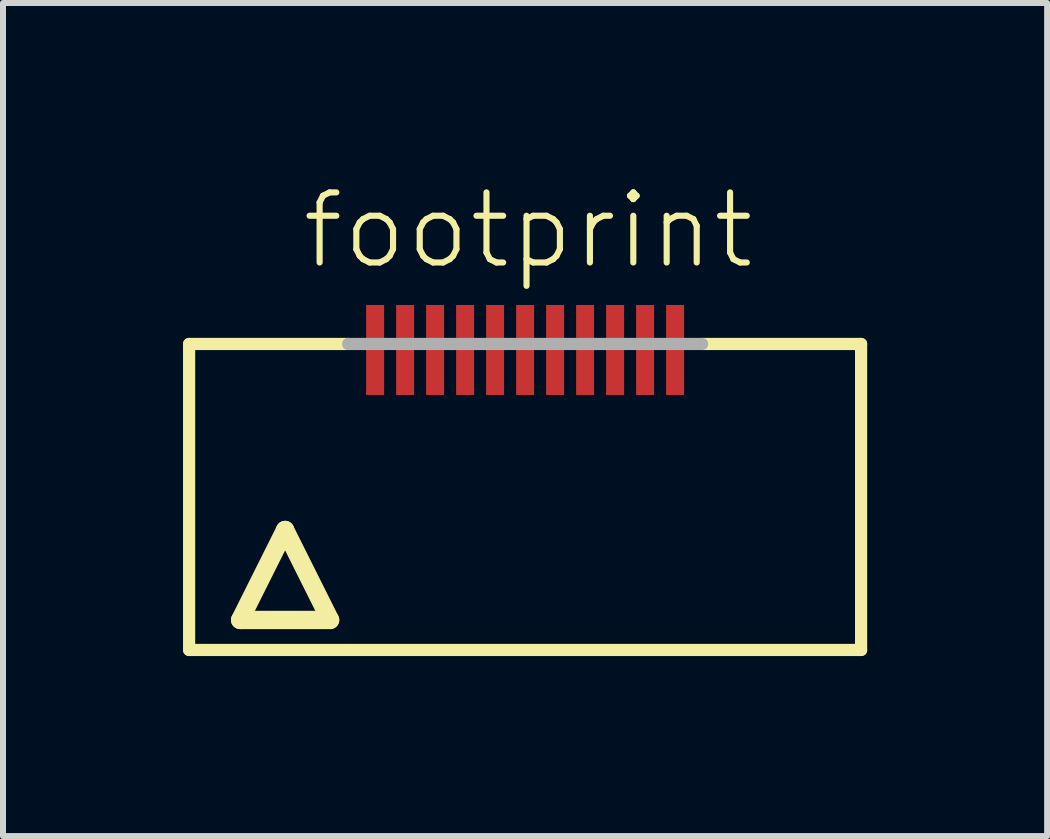
<source format=kicad_pcb>
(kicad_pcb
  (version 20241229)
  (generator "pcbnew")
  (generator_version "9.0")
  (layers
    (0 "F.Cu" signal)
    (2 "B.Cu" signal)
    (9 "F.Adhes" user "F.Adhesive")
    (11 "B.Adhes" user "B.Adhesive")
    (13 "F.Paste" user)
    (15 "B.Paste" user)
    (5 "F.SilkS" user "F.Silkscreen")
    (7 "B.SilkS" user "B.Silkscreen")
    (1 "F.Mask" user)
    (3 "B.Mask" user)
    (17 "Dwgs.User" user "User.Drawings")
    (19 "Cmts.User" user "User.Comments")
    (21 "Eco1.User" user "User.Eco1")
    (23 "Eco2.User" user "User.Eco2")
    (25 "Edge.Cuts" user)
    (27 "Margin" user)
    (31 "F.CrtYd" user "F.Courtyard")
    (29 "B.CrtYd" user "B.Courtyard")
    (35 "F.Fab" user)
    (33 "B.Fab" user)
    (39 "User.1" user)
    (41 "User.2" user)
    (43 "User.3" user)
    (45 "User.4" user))
  (footprint "footprint"
    (layer "F.Cu")
    (at 5.702 5.283)
    (property "Reference" "footprint" (at -3.77 -3.81 0) (layer "F.SilkS") (effects (font (size 1.168 1.168) (thickness 0.102)) (justify left bottom)))
    (fp_line (start -5.6 -2.6) (end -2.95 -2.6) (stroke (width 0.203) (type solid)) (layer "F.SilkS"))
    (fp_line (start -5.6 2.5) (end -5.6 -2.6) (stroke (width 0.203) (type solid)) (layer "F.SilkS"))
    (fp_line (start -4.75 2) (end -3.25 2) (stroke (width 0.305) (type solid)) (layer "F.SilkS"))
    (fp_line (start -4 0.5) (end -4.75 2) (stroke (width 0.305) (type solid)) (layer "F.SilkS"))
    (fp_line (start -3.25 2) (end -4 0.5) (stroke (width 0.305) (type solid)) (layer "F.SilkS"))
    (fp_line (start 2.95 -2.6) (end 5.6 -2.6) (stroke (width 0.203) (type solid)) (layer "F.SilkS"))
    (fp_line (start 5.6 -2.6) (end 5.6 2.5) (stroke (width 0.203) (type solid)) (layer "F.SilkS"))
    (fp_line (start 5.6 2.5) (end -5.6 2.5) (stroke (width 0.203) (type solid)) (layer "F.SilkS"))
    (fp_line (start -2.95 -2.6) (end 2.95 -2.6) (stroke (width 0.203) (type solid)) (layer "F.Fab"))
    (pad "1" smd rect (at -2.5 -2.5) (size 0.3 1.5) (layers "F.Cu" "F.Mask" "F.Paste"))
    (pad "2" smd rect (at -2 -2.5) (size 0.3 1.5) (layers "F.Cu" "F.Mask" "F.Paste"))
    (pad "3" smd rect (at -1.5 -2.5) (size 0.3 1.5) (layers "F.Cu" "F.Mask" "F.Paste"))
    (pad "4" smd rect (at -1 -2.5) (size 0.3 1.5) (layers "F.Cu" "F.Mask" "F.Paste"))
    (pad "5" smd rect (at -0.5 -2.5) (size 0.3 1.5) (layers "F.Cu" "F.Mask" "F.Paste"))
    (pad "6" smd rect (at 0 -2.5) (size 0.3 1.5) (layers "F.Cu" "F.Mask" "F.Paste"))
    (pad "7" smd rect (at 0.5 -2.5) (size 0.3 1.5) (layers "F.Cu" "F.Mask" "F.Paste"))
    (pad "8" smd rect (at 1 -2.5) (size 0.3 1.5) (layers "F.Cu" "F.Mask" "F.Paste"))
    (pad "9" smd rect (at 1.5 -2.5) (size 0.3 1.5) (layers "F.Cu" "F.Mask" "F.Paste"))
    (pad "10" smd rect (at 2 -2.5) (size 0.3 1.5) (layers "F.Cu" "F.Mask" "F.Paste"))
    (pad "11" smd rect (at 2.5 -2.5) (size 0.3 1.5) (layers "F.Cu" "F.Mask" "F.Paste")))
  (gr_rect
    (start -3 -3)
    (end 14.403 10.885)
    (stroke (width 0.1) (type default))
    (fill no)
    (layer "Edge.Cuts")))
</source>
